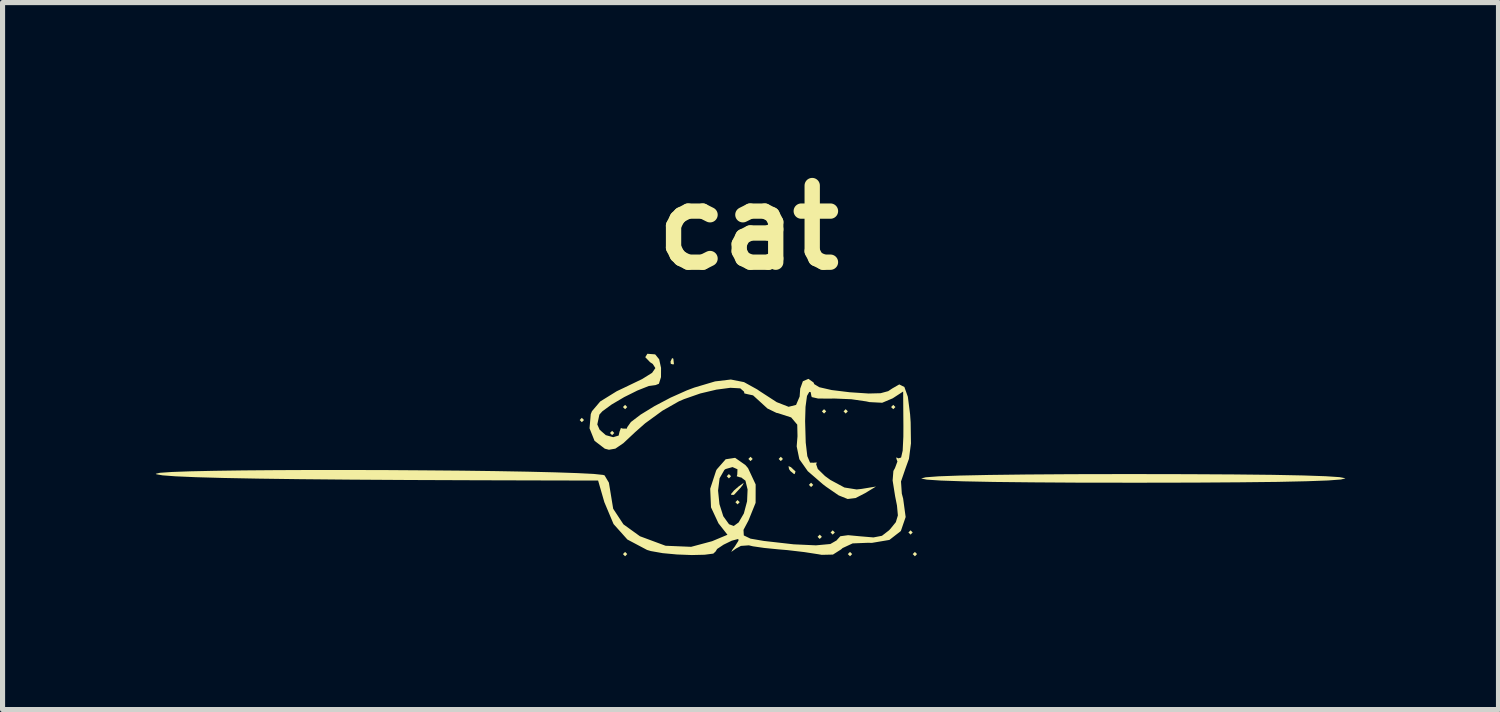
<source format=kicad_pcb>
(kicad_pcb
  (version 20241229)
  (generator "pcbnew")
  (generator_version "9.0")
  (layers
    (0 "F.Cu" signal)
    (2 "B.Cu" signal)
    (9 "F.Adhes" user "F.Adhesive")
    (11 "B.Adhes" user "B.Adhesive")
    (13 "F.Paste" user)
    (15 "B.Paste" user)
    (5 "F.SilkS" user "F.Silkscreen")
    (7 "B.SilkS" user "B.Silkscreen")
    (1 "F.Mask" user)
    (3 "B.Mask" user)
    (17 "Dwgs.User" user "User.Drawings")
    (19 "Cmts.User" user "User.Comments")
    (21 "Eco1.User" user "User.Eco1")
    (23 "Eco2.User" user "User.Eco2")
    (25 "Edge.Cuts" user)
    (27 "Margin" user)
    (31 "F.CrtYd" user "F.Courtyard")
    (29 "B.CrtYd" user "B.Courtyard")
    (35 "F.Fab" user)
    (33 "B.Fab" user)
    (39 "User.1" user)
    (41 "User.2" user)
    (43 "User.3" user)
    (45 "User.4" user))
  (footprint "cat"
    (layer "F.Cu")
    (at 11.599 1.404)
    (property "Reference" "cat" (at 0 0 0) (layer "F.SilkS") (effects (font (size 1.5 1.5) (thickness 0.3))))
    (attr board_only exclude_from_pos_files exclude_from_bom)
    (fp_poly (pts (xy -3.217 3.768) (xy -3.26 3.81) (xy -3.302 3.768) (xy -3.26 3.725)) (stroke (width 0) (type solid)) (fill yes) (layer "F.SilkS"))
    (fp_poly (pts (xy -2.625 4.022) (xy -2.667 4.064) (xy -2.709 4.022) (xy -2.667 3.979)) (stroke (width 0) (type solid)) (fill yes) (layer "F.SilkS"))
    (fp_poly (pts (xy -2.371 3.514) (xy -2.413 3.556) (xy -2.455 3.514) (xy -2.413 3.471)) (stroke (width 0) (type solid)) (fill yes) (layer "F.SilkS"))
    (fp_poly (pts (xy -2.371 6.392) (xy -2.413 6.435) (xy -2.455 6.392) (xy -2.413 6.35)) (stroke (width 0) (type solid)) (fill yes) (layer "F.SilkS"))
    (fp_poly (pts (xy -0.339 4.868) (xy -0.381 4.911) (xy -0.423 4.868) (xy -0.381 4.826)) (stroke (width 0) (type solid)) (fill yes) (layer "F.SilkS"))
    (fp_poly (pts (xy -0.169 5.376) (xy -0.212 5.419) (xy -0.254 5.376) (xy -0.212 5.334)) (stroke (width 0) (type solid)) (fill yes) (layer "F.SilkS"))
    (fp_poly (pts (xy 0.085 4.53) (xy 0.042 4.572) (xy 0 4.53) (xy 0.042 4.487)) (stroke (width 0) (type solid)) (fill yes) (layer "F.SilkS"))
    (fp_poly (pts (xy 0.677 4.53) (xy 0.635 4.572) (xy 0.593 4.53) (xy 0.635 4.487)) (stroke (width 0) (type solid)) (fill yes) (layer "F.SilkS"))
    (fp_poly (pts (xy 1.27 5.038) (xy 1.228 5.08) (xy 1.185 5.038) (xy 1.228 4.995)) (stroke (width 0) (type solid)) (fill yes) (layer "F.SilkS"))
    (fp_poly (pts (xy 1.439 6.054) (xy 1.397 6.096) (xy 1.355 6.054) (xy 1.397 6.011)) (stroke (width 0) (type solid)) (fill yes) (layer "F.SilkS"))
    (fp_poly (pts (xy 1.524 3.598) (xy 1.482 3.641) (xy 1.439 3.598) (xy 1.482 3.556)) (stroke (width 0) (type solid)) (fill yes) (layer "F.SilkS"))
    (fp_poly (pts (xy 1.693 5.969) (xy 1.651 6.011) (xy 1.609 5.969) (xy 1.651 5.927)) (stroke (width 0) (type solid)) (fill yes) (layer "F.SilkS"))
    (fp_poly (pts (xy 1.947 3.598) (xy 1.905 3.641) (xy 1.863 3.598) (xy 1.905 3.556)) (stroke (width 0) (type solid)) (fill yes) (layer "F.SilkS"))
    (fp_poly (pts (xy 2.032 6.392) (xy 1.99 6.435) (xy 1.947 6.392) (xy 1.99 6.35)) (stroke (width 0) (type solid)) (fill yes) (layer "F.SilkS"))
    (fp_poly (pts (xy 2.879 3.514) (xy 2.836 3.556) (xy 2.794 3.514) (xy 2.836 3.471)) (stroke (width 0) (type solid)) (fill yes) (layer "F.SilkS"))
    (fp_poly (pts (xy 3.217 5.969) (xy 3.175 6.011) (xy 3.133 5.969) (xy 3.175 5.927)) (stroke (width 0) (type solid)) (fill yes) (layer "F.SilkS"))
    (fp_poly (pts (xy 3.302 6.392) (xy 3.26 6.435) (xy 3.217 6.392) (xy 3.26 6.35)) (stroke (width 0) (type solid)) (fill yes) (layer "F.SilkS"))
    (fp_poly (pts (xy -1.468 2.568) (xy -1.457 2.669) (xy -1.468 2.681) (xy -1.518 2.669) (xy -1.524 2.625) (xy -1.493 2.555)) (stroke (width 0) (type solid)) (fill yes) (layer "F.SilkS"))
    (fp_poly (pts (xy 0.834 4.691) (xy 0.924 4.776) (xy 0.906 4.825) (xy 0.894 4.826) (xy 0.822 4.766) (xy 0.796 4.728) (xy 0.786 4.67)) (stroke (width 0) (type solid)) (fill yes) (layer "F.SilkS"))
    (fp_poly (pts (xy -0.111 5.04) (xy -0.159 5.101) (xy -0.282 5.233) (xy -0.337 5.232) (xy -0.339 5.217) (xy -0.281 5.147) (xy -0.191 5.069) (xy -0.09 4.996)) (stroke (width 0) (type solid)) (fill yes) (layer "F.SilkS"))
    (fp_poly (pts (xy 8.598 4.828) (xy 9.509 4.833) (xy 10.265 4.841) (xy 10.863 4.853) (xy 11.3 4.868) (xy 11.574 4.886) (xy 11.682 4.907) (xy 11.684 4.911) (xy 11.6 4.932) (xy 11.349 4.951) (xy 10.935 4.966) (xy 10.359 4.979) (xy 9.626 4.987) (xy 8.737 4.993) (xy 7.695 4.995) (xy 7.535 4.995) (xy 6.472 4.994) (xy 5.562 4.988) (xy 4.806 4.98) (xy 4.208 4.968) (xy 3.771 4.953) (xy 3.496 4.935) (xy 3.388 4.914) (xy 3.387 4.911) (xy 3.471 4.889) (xy 3.722 4.87) (xy 4.136 4.855) (xy 4.711 4.843) (xy 5.445 4.834) (xy 6.334 4.828) (xy 7.375 4.826) (xy 7.535 4.826)) (stroke (width 0) (type solid)) (fill yes) (layer "F.SilkS"))
    (fp_poly (pts (xy -1.832 2.482) (xy -1.821 2.486) (xy -1.746 2.579) (xy -1.709 2.748) (xy -1.71 2.928) (xy -1.751 3.058) (xy -1.816 3.084) (xy -1.949 3.102) (xy -2.171 3.19) (xy -2.43 3.319) (xy -2.676 3.464) (xy -2.859 3.598) (xy -2.916 3.662) (xy -2.957 3.854) (xy -2.911 3.958) (xy -2.791 4.064) (xy -2.646 4.104) (xy -2.539 4.072) (xy -2.521 3.994) (xy -2.495 3.924) (xy -2.457 3.936) (xy -2.378 3.936) (xy -2.371 3.908) (xy -2.299 3.807) (xy -2.109 3.662) (xy -1.838 3.496) (xy -1.523 3.33) (xy -1.203 3.187) (xy -1.059 3.133) (xy -0.652 3.012) (xy -0.343 2.975) (xy -0.085 3.026) (xy 0.172 3.168) (xy 0.22 3.201) (xy 0.555 3.418) (xy 0.788 3.509) (xy 0.934 3.472) (xy 1.004 3.308) (xy 1.015 3.154) (xy 1.067 3.009) (xy 1.176 2.962) (xy 1.276 3.033) (xy 1.29 3.066) (xy 1.39 3.126) (xy 1.63 3.181) (xy 1.981 3.224) (xy 1.996 3.225) (xy 2.355 3.249) (xy 2.589 3.243) (xy 2.737 3.203) (xy 2.817 3.15) (xy 2.954 3.071) (xy 3.054 3.121) (xy 3.122 3.312) (xy 3.166 3.655) (xy 3.177 3.811) (xy 3.183 4.226) (xy 3.144 4.527) (xy 3.075 4.718) (xy 2.988 4.971) (xy 3.004 5.209) (xy 3.03 5.306) (xy 3.079 5.667) (xy 2.985 5.941) (xy 2.761 6.115) (xy 2.417 6.173) (xy 2.343 6.171) (xy 2.041 6.183) (xy 1.845 6.274) (xy 1.816 6.3) (xy 1.656 6.402) (xy 1.437 6.407) (xy 1.361 6.394) (xy 1.095 6.353) (xy 0.761 6.314) (xy 0.593 6.3) (xy 0.311 6.272) (xy 0.09 6.24) (xy 0.01 6.221) (xy -0.146 6.232) (xy -0.244 6.285) (xy -0.335 6.35) (xy -0.309 6.302) (xy -0.265 6.244) (xy -0.193 6.129) (xy -0.197 6.096) (xy -0.325 6.13) (xy -0.485 6.208) (xy -0.611 6.292) (xy -0.641 6.341) (xy -0.686 6.383) (xy -0.856 6.405) (xy -1.107 6.411) (xy -1.396 6.4) (xy -1.677 6.374) (xy -1.909 6.333) (xy -1.983 6.311) (xy -2.368 6.107) (xy -2.639 5.804) (xy -2.819 5.376) (xy -2.941 4.953) (xy -3.862 4.951) (xy -5.333 4.947) (xy -6.638 4.942) (xy -7.781 4.935) (xy -8.767 4.926) (xy -9.599 4.915) (xy -10.281 4.902) (xy -10.817 4.887) (xy -11.211 4.87) (xy -11.466 4.851) (xy -11.588 4.83) (xy -11.599 4.82) (xy -11.518 4.801) (xy -11.286 4.785) (xy -10.924 4.772) (xy -10.45 4.762) (xy -9.883 4.754) (xy -9.243 4.749) (xy -8.548 4.746) (xy -7.819 4.746) (xy -7.074 4.748) (xy -6.332 4.753) (xy -5.613 4.759) (xy -4.936 4.768) (xy -4.319 4.779) (xy -3.783 4.792) (xy -3.346 4.807) (xy -3.028 4.823) (xy -2.847 4.842) (xy -2.815 4.851) (xy -2.73 4.994) (xy -2.709 5.12) (xy -2.646 5.505) (xy -2.445 5.81) (xy -2.122 6.043) (xy -1.621 6.229) (xy -1.12 6.25) (xy -0.71 6.14) (xy -0.409 6.014) (xy -0.585 5.79) (xy -0.731 5.477) (xy -0.745 5.149) (xy -0.593 5.149) (xy -0.566 5.414) (xy -0.491 5.651) (xy -0.378 5.808) (xy -0.286 5.842) (xy -0.19 5.772) (xy -0.091 5.602) (xy -0.088 5.597) (xy -0.025 5.359) (xy -0.015 5.128) (xy -0.057 4.955) (xy -0.143 4.89) (xy -0.154 4.892) (xy -0.227 4.869) (xy -0.217 4.834) (xy -0.213 4.732) (xy -0.31 4.689) (xy -0.445 4.727) (xy -0.469 4.744) (xy -0.563 4.908) (xy -0.593 5.149) (xy -0.745 5.149) (xy -0.747 5.113) (xy -0.631 4.758) (xy -0.617 4.733) (xy -0.444 4.536) (xy -0.259 4.508) (xy -0.059 4.648) (xy -0.006 4.71) (xy 0.143 5.029) (xy 0.142 5.389) (xy 0.003 5.733) (xy -0.095 5.918) (xy -0.089 6.027) (xy 0.042 6.09) (xy 0.304 6.135) (xy 0.887 6.201) (xy 1.323 6.221) (xy 1.605 6.195) (xy 1.73 6.123) (xy 1.731 6.119) (xy 1.8 6.043) (xy 1.953 6.022) (xy 2.187 6.044) (xy 2.449 6.066) (xy 2.615 6.034) (xy 2.751 5.929) (xy 2.78 5.899) (xy 2.887 5.767) (xy 2.927 5.635) (xy 2.909 5.441) (xy 2.873 5.26) (xy 2.824 4.951) (xy 2.839 4.765) (xy 2.87 4.709) (xy 2.918 4.58) (xy 2.899 4.529) (xy 2.896 4.499) (xy 2.938 4.518) (xy 2.99 4.502) (xy 3.021 4.367) (xy 3.034 4.094) (xy 3.035 3.893) (xy 3.03 3.21) (xy 2.826 3.343) (xy 2.62 3.43) (xy 2.371 3.417) (xy 2.306 3.403) (xy 2.016 3.361) (xy 1.681 3.347) (xy 1.588 3.349) (xy 1.364 3.347) (xy 1.241 3.319) (xy 1.233 3.294) (xy 1.22 3.222) (xy 1.193 3.217) (xy 1.148 3.296) (xy 1.119 3.51) (xy 1.111 3.789) (xy 1.123 4.209) (xy 1.154 4.475) (xy 1.208 4.602) (xy 1.287 4.604) (xy 1.289 4.602) (xy 1.341 4.599) (xy 1.327 4.633) (xy 1.359 4.726) (xy 1.5 4.864) (xy 1.606 4.941) (xy 1.881 5.089) (xy 2.12 5.127) (xy 2.219 5.116) (xy 2.498 5.07) (xy 2.286 5.199) (xy 2.1 5.295) (xy 1.944 5.314) (xy 1.768 5.243) (xy 1.524 5.075) (xy 1.461 5.027) (xy 1.163 4.769) (xy 0.998 4.535) (xy 0.946 4.284) (xy 0.962 4.085) (xy 0.957 3.858) (xy 0.838 3.717) (xy 0.578 3.633) (xy 0.55 3.628) (xy 0.373 3.542) (xy 0.226 3.407) (xy 0.092 3.285) (xy -0.007 3.264) (xy -0.078 3.247) (xy -0.085 3.212) (xy -0.158 3.148) (xy -0.351 3.137) (xy -0.625 3.173) (xy -0.941 3.248) (xy -1.259 3.359) (xy -1.359 3.402) (xy -1.681 3.585) (xy -2.021 3.833) (xy -2.218 4.007) (xy -2.446 4.221) (xy -2.603 4.328) (xy -2.729 4.35) (xy -2.81 4.329) (xy -3.011 4.175) (xy -3.109 3.93) (xy -3.085 3.653) (xy -3.062 3.596) (xy -2.899 3.404) (xy -2.576 3.204) (xy -2.418 3.129) (xy -2.079 2.966) (xy -1.884 2.844) (xy -1.82 2.751) (xy -1.872 2.67) (xy -1.924 2.636) (xy -2.018 2.538) (xy -1.977 2.471)) (stroke (width 0) (type solid)) (fill yes) (layer "F.SilkS")))
  (gr_rect
    (start -3 -3)
    (end 26.283 10.839)
    (stroke (width 0.1) (type default))
    (fill no)
    (layer "Edge.Cuts")))
</source>
